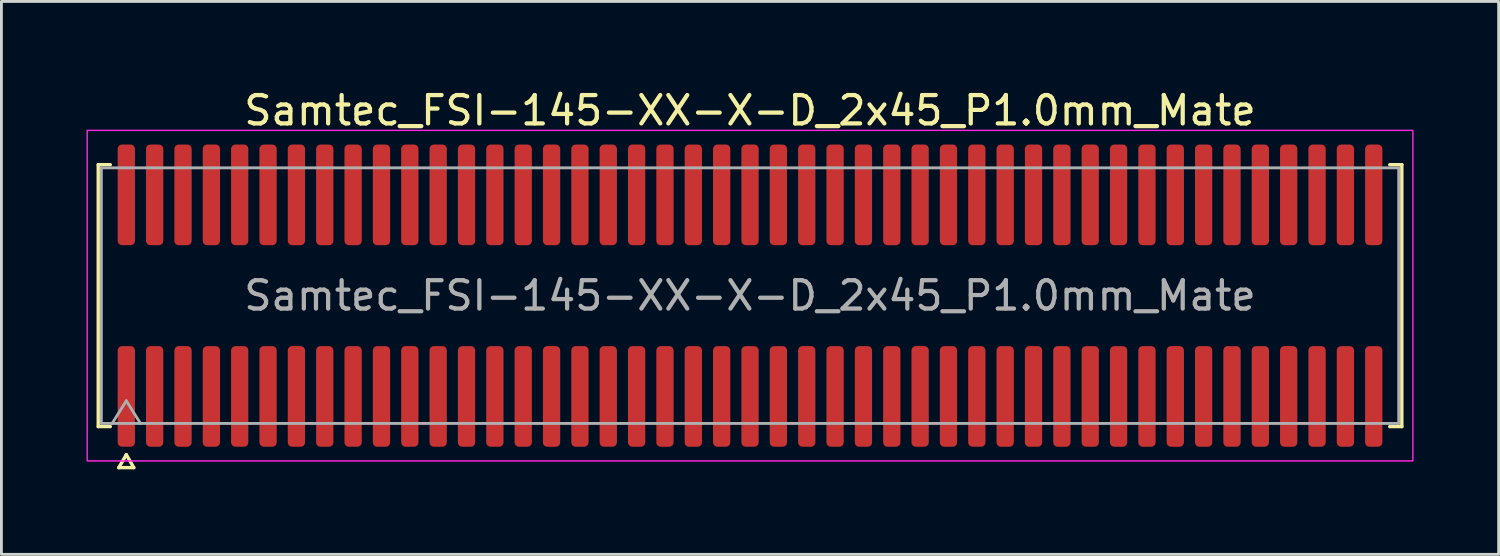
<source format=kicad_pcb>
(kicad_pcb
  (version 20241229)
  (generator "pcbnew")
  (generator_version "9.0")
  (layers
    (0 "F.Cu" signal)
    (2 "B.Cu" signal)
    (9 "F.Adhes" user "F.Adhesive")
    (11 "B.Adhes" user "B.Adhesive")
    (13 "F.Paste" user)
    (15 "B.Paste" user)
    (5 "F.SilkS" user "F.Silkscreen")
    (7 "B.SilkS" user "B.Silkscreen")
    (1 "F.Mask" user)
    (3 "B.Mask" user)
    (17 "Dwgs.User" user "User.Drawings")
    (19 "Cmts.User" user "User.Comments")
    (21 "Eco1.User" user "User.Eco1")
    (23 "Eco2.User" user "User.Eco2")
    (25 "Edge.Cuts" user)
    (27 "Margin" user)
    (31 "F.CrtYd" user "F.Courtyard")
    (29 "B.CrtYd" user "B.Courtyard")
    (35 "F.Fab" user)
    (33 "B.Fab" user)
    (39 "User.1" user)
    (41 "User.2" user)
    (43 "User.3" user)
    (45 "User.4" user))
  (footprint "Samtec_FSI-145-XX-X-D_2x45_P1.0mm_Mate"
    (layer "F.Cu")
    (at 23.405 7.378)
    (property "Reference" "Samtec_FSI-145-XX-X-D_2x45_P1.0mm_Mate" (at 0 -6.53 0) (layer "F.SilkS") (effects (font (size 1 1) (thickness 0.15))))
    (attr exclude_from_pos_files exclude_from_bom)
    (fp_line (start -22.99 -4.619) (end -22.565 -4.619) (stroke (width 0.12) (type solid)) (layer "F.SilkS"))
    (fp_line (start -22.99 4.619) (end -22.99 -4.619) (stroke (width 0.12) (type solid)) (layer "F.SilkS"))
    (fp_line (start -22.565 4.619) (end -22.99 4.619) (stroke (width 0.12) (type solid)) (layer "F.SilkS"))
    (fp_line (start -22.264 6.066) (end -22 5.609) (stroke (width 0.12) (type solid)) (layer "F.SilkS"))
    (fp_line (start -22 5.609) (end -21.736 6.066) (stroke (width 0.12) (type solid)) (layer "F.SilkS"))
    (fp_line (start -21.736 6.066) (end -22.264 6.066) (stroke (width 0.12) (type solid)) (layer "F.SilkS"))
    (fp_line (start 22.565 -4.619) (end 22.99 -4.619) (stroke (width 0.12) (type solid)) (layer "F.SilkS"))
    (fp_line (start 22.99 -4.619) (end 22.99 4.619) (stroke (width 0.12) (type solid)) (layer "F.SilkS"))
    (fp_line (start 22.99 4.619) (end 22.565 4.619) (stroke (width 0.12) (type solid)) (layer "F.SilkS"))
    (fp_rect (start -23.38 -5.83) (end 23.38 5.83) (stroke (width 0.05) (type solid)) (fill no) (layer "F.CrtYd"))
    (fp_line (start -22.88 -4.508) (end 22.88 -4.508) (stroke (width 0.1) (type solid)) (layer "F.Fab"))
    (fp_line (start -22.88 4.508) (end -22.88 -4.508) (stroke (width 0.1) (type solid)) (layer "F.Fab"))
    (fp_line (start -22.5 4.508) (end -22 3.708) (stroke (width 0.1) (type solid)) (layer "F.Fab"))
    (fp_line (start -22 3.708) (end -21.5 4.508) (stroke (width 0.1) (type solid)) (layer "F.Fab"))
    (fp_line (start 22.88 -4.508) (end 22.88 4.508) (stroke (width 0.1) (type solid)) (layer "F.Fab"))
    (fp_line (start 22.88 4.508) (end -22.88 4.508) (stroke (width 0.1) (type solid)) (layer "F.Fab"))
    (fp_text user "${REFERENCE}" (at 0 0 0) (layer "F.Fab") (effects (font (size 1 1) (thickness 0.15))))
    (pad "1" smd roundrect (at -22 3.555) (size 0.61 3.55) (layers "F.Cu" "F.Mask") (roundrect_rratio 0.25))
    (pad "2" smd roundrect (at -22 -3.555) (size 0.61 3.55) (layers "F.Cu" "F.Mask") (roundrect_rratio 0.25))
    (pad "3" smd roundrect (at -21 3.555) (size 0.61 3.55) (layers "F.Cu" "F.Mask") (roundrect_rratio 0.25))
    (pad "4" smd roundrect (at -21 -3.555) (size 0.61 3.55) (layers "F.Cu" "F.Mask") (roundrect_rratio 0.25))
    (pad "5" smd roundrect (at -20 3.555) (size 0.61 3.55) (layers "F.Cu" "F.Mask") (roundrect_rratio 0.25))
    (pad "6" smd roundrect (at -20 -3.555) (size 0.61 3.55) (layers "F.Cu" "F.Mask") (roundrect_rratio 0.25))
    (pad "7" smd roundrect (at -19 3.555) (size 0.61 3.55) (layers "F.Cu" "F.Mask") (roundrect_rratio 0.25))
    (pad "8" smd roundrect (at -19 -3.555) (size 0.61 3.55) (layers "F.Cu" "F.Mask") (roundrect_rratio 0.25))
    (pad "9" smd roundrect (at -18 3.555) (size 0.61 3.55) (layers "F.Cu" "F.Mask") (roundrect_rratio 0.25))
    (pad "10" smd roundrect (at -18 -3.555) (size 0.61 3.55) (layers "F.Cu" "F.Mask") (roundrect_rratio 0.25))
    (pad "11" smd roundrect (at -17 3.555) (size 0.61 3.55) (layers "F.Cu" "F.Mask") (roundrect_rratio 0.25))
    (pad "12" smd roundrect (at -17 -3.555) (size 0.61 3.55) (layers "F.Cu" "F.Mask") (roundrect_rratio 0.25))
    (pad "13" smd roundrect (at -16 3.555) (size 0.61 3.55) (layers "F.Cu" "F.Mask") (roundrect_rratio 0.25))
    (pad "14" smd roundrect (at -16 -3.555) (size 0.61 3.55) (layers "F.Cu" "F.Mask") (roundrect_rratio 0.25))
    (pad "15" smd roundrect (at -15 3.555) (size 0.61 3.55) (layers "F.Cu" "F.Mask") (roundrect_rratio 0.25))
    (pad "16" smd roundrect (at -15 -3.555) (size 0.61 3.55) (layers "F.Cu" "F.Mask") (roundrect_rratio 0.25))
    (pad "17" smd roundrect (at -14 3.555) (size 0.61 3.55) (layers "F.Cu" "F.Mask") (roundrect_rratio 0.25))
    (pad "18" smd roundrect (at -14 -3.555) (size 0.61 3.55) (layers "F.Cu" "F.Mask") (roundrect_rratio 0.25))
    (pad "19" smd roundrect (at -13 3.555) (size 0.61 3.55) (layers "F.Cu" "F.Mask") (roundrect_rratio 0.25))
    (pad "20" smd roundrect (at -13 -3.555) (size 0.61 3.55) (layers "F.Cu" "F.Mask") (roundrect_rratio 0.25))
    (pad "21" smd roundrect (at -12 3.555) (size 0.61 3.55) (layers "F.Cu" "F.Mask") (roundrect_rratio 0.25))
    (pad "22" smd roundrect (at -12 -3.555) (size 0.61 3.55) (layers "F.Cu" "F.Mask") (roundrect_rratio 0.25))
    (pad "23" smd roundrect (at -11 3.555) (size 0.61 3.55) (layers "F.Cu" "F.Mask") (roundrect_rratio 0.25))
    (pad "24" smd roundrect (at -11 -3.555) (size 0.61 3.55) (layers "F.Cu" "F.Mask") (roundrect_rratio 0.25))
    (pad "25" smd roundrect (at -10 3.555) (size 0.61 3.55) (layers "F.Cu" "F.Mask") (roundrect_rratio 0.25))
    (pad "26" smd roundrect (at -10 -3.555) (size 0.61 3.55) (layers "F.Cu" "F.Mask") (roundrect_rratio 0.25))
    (pad "27" smd roundrect (at -9 3.555) (size 0.61 3.55) (layers "F.Cu" "F.Mask") (roundrect_rratio 0.25))
    (pad "28" smd roundrect (at -9 -3.555) (size 0.61 3.55) (layers "F.Cu" "F.Mask") (roundrect_rratio 0.25))
    (pad "29" smd roundrect (at -8 3.555) (size 0.61 3.55) (layers "F.Cu" "F.Mask") (roundrect_rratio 0.25))
    (pad "30" smd roundrect (at -8 -3.555) (size 0.61 3.55) (layers "F.Cu" "F.Mask") (roundrect_rratio 0.25))
    (pad "31" smd roundrect (at -7 3.555) (size 0.61 3.55) (layers "F.Cu" "F.Mask") (roundrect_rratio 0.25))
    (pad "32" smd roundrect (at -7 -3.555) (size 0.61 3.55) (layers "F.Cu" "F.Mask") (roundrect_rratio 0.25))
    (pad "33" smd roundrect (at -6 3.555) (size 0.61 3.55) (layers "F.Cu" "F.Mask") (roundrect_rratio 0.25))
    (pad "34" smd roundrect (at -6 -3.555) (size 0.61 3.55) (layers "F.Cu" "F.Mask") (roundrect_rratio 0.25))
    (pad "35" smd roundrect (at -5 3.555) (size 0.61 3.55) (layers "F.Cu" "F.Mask") (roundrect_rratio 0.25))
    (pad "36" smd roundrect (at -5 -3.555) (size 0.61 3.55) (layers "F.Cu" "F.Mask") (roundrect_rratio 0.25))
    (pad "37" smd roundrect (at -4 3.555) (size 0.61 3.55) (layers "F.Cu" "F.Mask") (roundrect_rratio 0.25))
    (pad "38" smd roundrect (at -4 -3.555) (size 0.61 3.55) (layers "F.Cu" "F.Mask") (roundrect_rratio 0.25))
    (pad "39" smd roundrect (at -3 3.555) (size 0.61 3.55) (layers "F.Cu" "F.Mask") (roundrect_rratio 0.25))
    (pad "40" smd roundrect (at -3 -3.555) (size 0.61 3.55) (layers "F.Cu" "F.Mask") (roundrect_rratio 0.25))
    (pad "41" smd roundrect (at -2 3.555) (size 0.61 3.55) (layers "F.Cu" "F.Mask") (roundrect_rratio 0.25))
    (pad "42" smd roundrect (at -2 -3.555) (size 0.61 3.55) (layers "F.Cu" "F.Mask") (roundrect_rratio 0.25))
    (pad "43" smd roundrect (at -1 3.555) (size 0.61 3.55) (layers "F.Cu" "F.Mask") (roundrect_rratio 0.25))
    (pad "44" smd roundrect (at -1 -3.555) (size 0.61 3.55) (layers "F.Cu" "F.Mask") (roundrect_rratio 0.25))
    (pad "45" smd roundrect (at 0 3.555) (size 0.61 3.55) (layers "F.Cu" "F.Mask") (roundrect_rratio 0.25))
    (pad "46" smd roundrect (at 0 -3.555) (size 0.61 3.55) (layers "F.Cu" "F.Mask") (roundrect_rratio 0.25))
    (pad "47" smd roundrect (at 1 3.555) (size 0.61 3.55) (layers "F.Cu" "F.Mask") (roundrect_rratio 0.25))
    (pad "48" smd roundrect (at 1 -3.555) (size 0.61 3.55) (layers "F.Cu" "F.Mask") (roundrect_rratio 0.25))
    (pad "49" smd roundrect (at 2 3.555) (size 0.61 3.55) (layers "F.Cu" "F.Mask") (roundrect_rratio 0.25))
    (pad "50" smd roundrect (at 2 -3.555) (size 0.61 3.55) (layers "F.Cu" "F.Mask") (roundrect_rratio 0.25))
    (pad "51" smd roundrect (at 3 3.555) (size 0.61 3.55) (layers "F.Cu" "F.Mask") (roundrect_rratio 0.25))
    (pad "52" smd roundrect (at 3 -3.555) (size 0.61 3.55) (layers "F.Cu" "F.Mask") (roundrect_rratio 0.25))
    (pad "53" smd roundrect (at 4 3.555) (size 0.61 3.55) (layers "F.Cu" "F.Mask") (roundrect_rratio 0.25))
    (pad "54" smd roundrect (at 4 -3.555) (size 0.61 3.55) (layers "F.Cu" "F.Mask") (roundrect_rratio 0.25))
    (pad "55" smd roundrect (at 5 3.555) (size 0.61 3.55) (layers "F.Cu" "F.Mask") (roundrect_rratio 0.25))
    (pad "56" smd roundrect (at 5 -3.555) (size 0.61 3.55) (layers "F.Cu" "F.Mask") (roundrect_rratio 0.25))
    (pad "57" smd roundrect (at 6 3.555) (size 0.61 3.55) (layers "F.Cu" "F.Mask") (roundrect_rratio 0.25))
    (pad "58" smd roundrect (at 6 -3.555) (size 0.61 3.55) (layers "F.Cu" "F.Mask") (roundrect_rratio 0.25))
    (pad "59" smd roundrect (at 7 3.555) (size 0.61 3.55) (layers "F.Cu" "F.Mask") (roundrect_rratio 0.25))
    (pad "60" smd roundrect (at 7 -3.555) (size 0.61 3.55) (layers "F.Cu" "F.Mask") (roundrect_rratio 0.25))
    (pad "61" smd roundrect (at 8 3.555) (size 0.61 3.55) (layers "F.Cu" "F.Mask") (roundrect_rratio 0.25))
    (pad "62" smd roundrect (at 8 -3.555) (size 0.61 3.55) (layers "F.Cu" "F.Mask") (roundrect_rratio 0.25))
    (pad "63" smd roundrect (at 9 3.555) (size 0.61 3.55) (layers "F.Cu" "F.Mask") (roundrect_rratio 0.25))
    (pad "64" smd roundrect (at 9 -3.555) (size 0.61 3.55) (layers "F.Cu" "F.Mask") (roundrect_rratio 0.25))
    (pad "65" smd roundrect (at 10 3.555) (size 0.61 3.55) (layers "F.Cu" "F.Mask") (roundrect_rratio 0.25))
    (pad "66" smd roundrect (at 10 -3.555) (size 0.61 3.55) (layers "F.Cu" "F.Mask") (roundrect_rratio 0.25))
    (pad "67" smd roundrect (at 11 3.555) (size 0.61 3.55) (layers "F.Cu" "F.Mask") (roundrect_rratio 0.25))
    (pad "68" smd roundrect (at 11 -3.555) (size 0.61 3.55) (layers "F.Cu" "F.Mask") (roundrect_rratio 0.25))
    (pad "69" smd roundrect (at 12 3.555) (size 0.61 3.55) (layers "F.Cu" "F.Mask") (roundrect_rratio 0.25))
    (pad "70" smd roundrect (at 12 -3.555) (size 0.61 3.55) (layers "F.Cu" "F.Mask") (roundrect_rratio 0.25))
    (pad "71" smd roundrect (at 13 3.555) (size 0.61 3.55) (layers "F.Cu" "F.Mask") (roundrect_rratio 0.25))
    (pad "72" smd roundrect (at 13 -3.555) (size 0.61 3.55) (layers "F.Cu" "F.Mask") (roundrect_rratio 0.25))
    (pad "73" smd roundrect (at 14 3.555) (size 0.61 3.55) (layers "F.Cu" "F.Mask") (roundrect_rratio 0.25))
    (pad "74" smd roundrect (at 14 -3.555) (size 0.61 3.55) (layers "F.Cu" "F.Mask") (roundrect_rratio 0.25))
    (pad "75" smd roundrect (at 15 3.555) (size 0.61 3.55) (layers "F.Cu" "F.Mask") (roundrect_rratio 0.25))
    (pad "76" smd roundrect (at 15 -3.555) (size 0.61 3.55) (layers "F.Cu" "F.Mask") (roundrect_rratio 0.25))
    (pad "77" smd roundrect (at 16 3.555) (size 0.61 3.55) (layers "F.Cu" "F.Mask") (roundrect_rratio 0.25))
    (pad "78" smd roundrect (at 16 -3.555) (size 0.61 3.55) (layers "F.Cu" "F.Mask") (roundrect_rratio 0.25))
    (pad "79" smd roundrect (at 17 3.555) (size 0.61 3.55) (layers "F.Cu" "F.Mask") (roundrect_rratio 0.25))
    (pad "80" smd roundrect (at 17 -3.555) (size 0.61 3.55) (layers "F.Cu" "F.Mask") (roundrect_rratio 0.25))
    (pad "81" smd roundrect (at 18 3.555) (size 0.61 3.55) (layers "F.Cu" "F.Mask") (roundrect_rratio 0.25))
    (pad "82" smd roundrect (at 18 -3.555) (size 0.61 3.55) (layers "F.Cu" "F.Mask") (roundrect_rratio 0.25))
    (pad "83" smd roundrect (at 19 3.555) (size 0.61 3.55) (layers "F.Cu" "F.Mask") (roundrect_rratio 0.25))
    (pad "84" smd roundrect (at 19 -3.555) (size 0.61 3.55) (layers "F.Cu" "F.Mask") (roundrect_rratio 0.25))
    (pad "85" smd roundrect (at 20 3.555) (size 0.61 3.55) (layers "F.Cu" "F.Mask") (roundrect_rratio 0.25))
    (pad "86" smd roundrect (at 20 -3.555) (size 0.61 3.55) (layers "F.Cu" "F.Mask") (roundrect_rratio 0.25))
    (pad "87" smd roundrect (at 21 3.555) (size 0.61 3.55) (layers "F.Cu" "F.Mask") (roundrect_rratio 0.25))
    (pad "88" smd roundrect (at 21 -3.555) (size 0.61 3.55) (layers "F.Cu" "F.Mask") (roundrect_rratio 0.25))
    (pad "89" smd roundrect (at 22 3.555) (size 0.61 3.55) (layers "F.Cu" "F.Mask") (roundrect_rratio 0.25))
    (pad "90" smd roundrect (at 22 -3.555) (size 0.61 3.55) (layers "F.Cu" "F.Mask") (roundrect_rratio 0.25)))
  (gr_rect
    (start -3 -3)
    (end 49.81 16.504)
    (stroke (width 0.1) (type default))
    (fill no)
    (layer "Edge.Cuts")))
</source>
